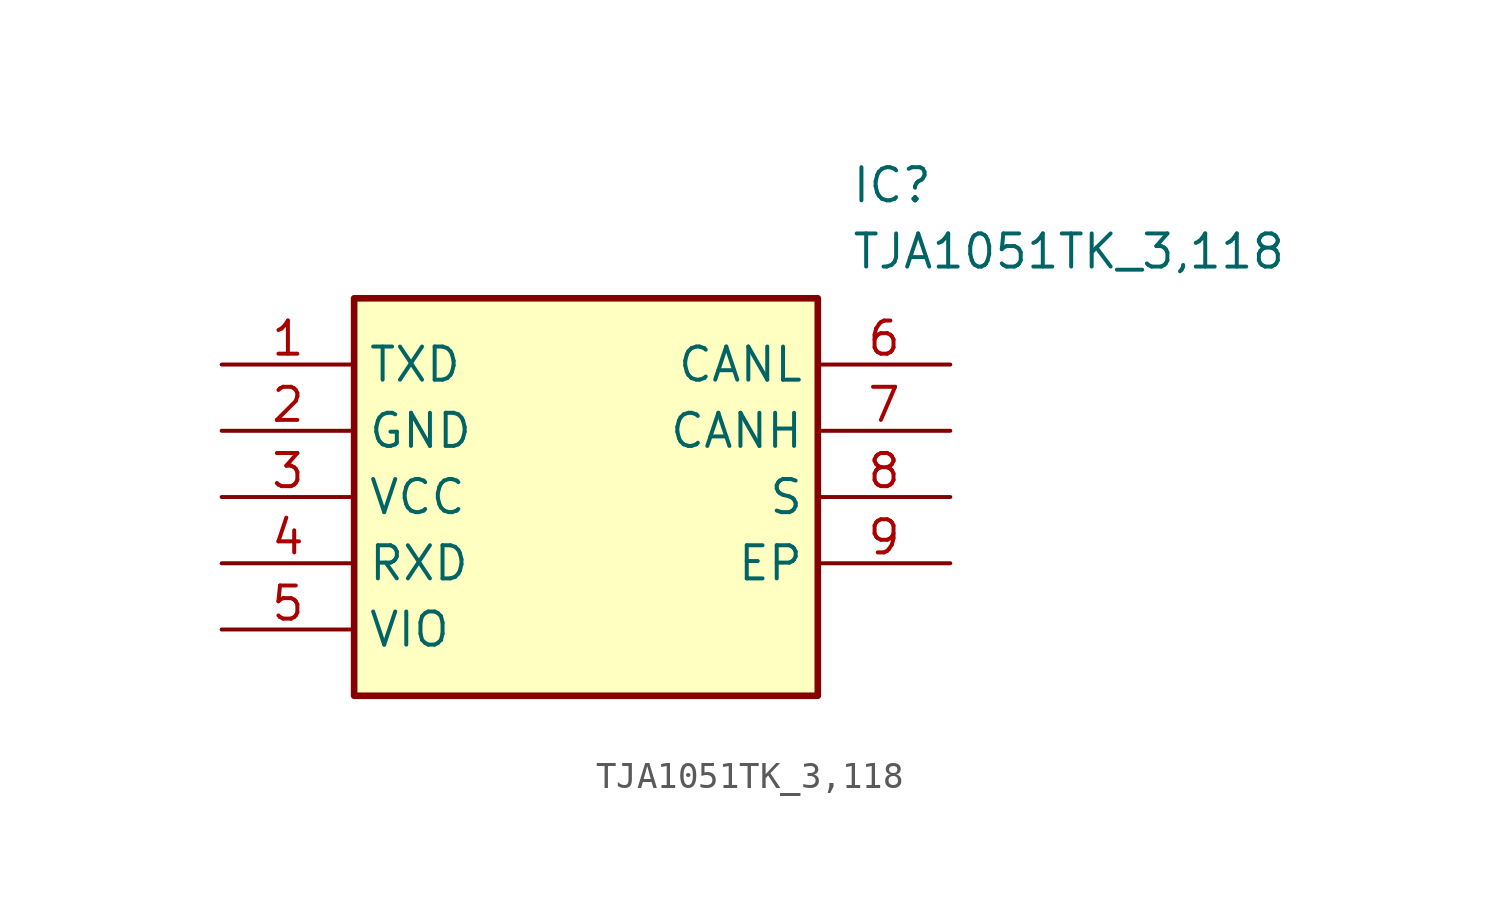
<source format=kicad_sym>
(kicad_symbol_lib
  (version 20231120)
  (generator "kicad_symbol_editor")
  (generator_version "8.0")
  (symbol "TJA1051TK_3,118"
    (property "Reference" "IC"
      (at 24.13 7.62 0)
      (effects (font (size 1.27 1.27)) (justify left top)))
    (property "Value" "TJA1051TK_3,118"
      (at 24.13 5.08 0)
      (effects (font (size 1.27 1.27)) (justify left top)))
    (symbol "TJA1051TK_3,118_1_1"
      (rectangle (start 5.08 2.54) (end 22.86 -12.7) (stroke (width 0.254) (type default)) (fill (type background)))
      (pin passive line (at 0 0 0) (length 5.08) (name "TXD" (effects (font (size 1.27 1.27)))) (number "1" (effects (font (size 1.27 1.27)))))
      (pin passive line (at 0 -2.54 0) (length 5.08) (name "GND" (effects (font (size 1.27 1.27)))) (number "2" (effects (font (size 1.27 1.27)))))
      (pin passive line (at 0 -5.08 0) (length 5.08) (name "VCC" (effects (font (size 1.27 1.27)))) (number "3" (effects (font (size 1.27 1.27)))))
      (pin passive line (at 0 -7.62 0) (length 5.08) (name "RXD" (effects (font (size 1.27 1.27)))) (number "4" (effects (font (size 1.27 1.27)))))
      (pin passive line (at 0 -10.16 0) (length 5.08) (name "VIO" (effects (font (size 1.27 1.27)))) (number "5" (effects (font (size 1.27 1.27)))))
      (pin passive line (at 27.94 0 180) (length 5.08) (name "CANL" (effects (font (size 1.27 1.27)))) (number "6" (effects (font (size 1.27 1.27)))))
      (pin passive line (at 27.94 -2.54 180) (length 5.08) (name "CANH" (effects (font (size 1.27 1.27)))) (number "7" (effects (font (size 1.27 1.27)))))
      (pin passive line (at 27.94 -5.08 180) (length 5.08) (name "S" (effects (font (size 1.27 1.27)))) (number "8" (effects (font (size 1.27 1.27)))))
      (pin passive line (at 27.94 -7.62 180) (length 5.08) (name "EP" (effects (font (size 1.27 1.27)))) (number "9" (effects (font (size 1.27 1.27))))))))
</source>
